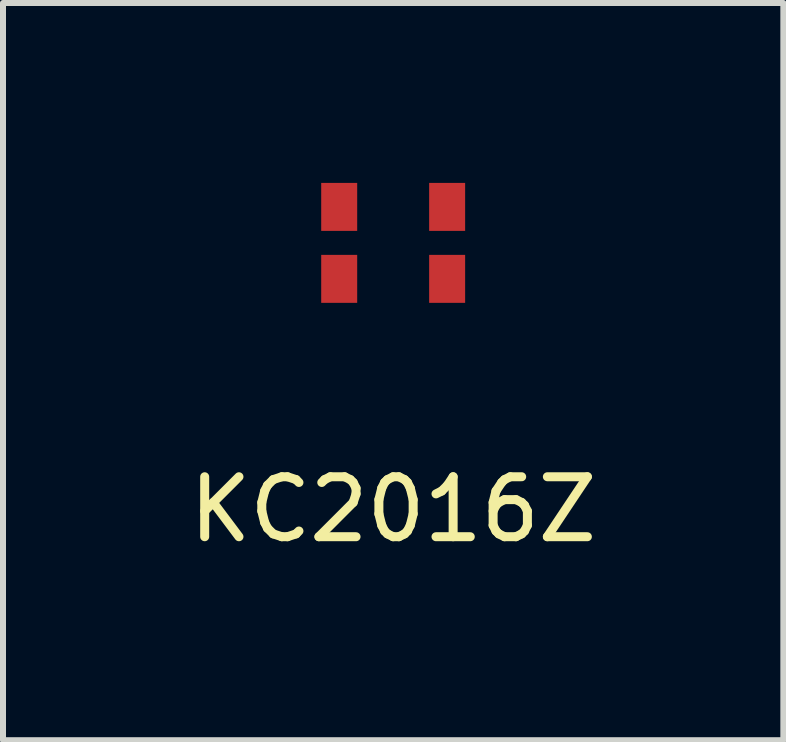
<source format=kicad_pcb>
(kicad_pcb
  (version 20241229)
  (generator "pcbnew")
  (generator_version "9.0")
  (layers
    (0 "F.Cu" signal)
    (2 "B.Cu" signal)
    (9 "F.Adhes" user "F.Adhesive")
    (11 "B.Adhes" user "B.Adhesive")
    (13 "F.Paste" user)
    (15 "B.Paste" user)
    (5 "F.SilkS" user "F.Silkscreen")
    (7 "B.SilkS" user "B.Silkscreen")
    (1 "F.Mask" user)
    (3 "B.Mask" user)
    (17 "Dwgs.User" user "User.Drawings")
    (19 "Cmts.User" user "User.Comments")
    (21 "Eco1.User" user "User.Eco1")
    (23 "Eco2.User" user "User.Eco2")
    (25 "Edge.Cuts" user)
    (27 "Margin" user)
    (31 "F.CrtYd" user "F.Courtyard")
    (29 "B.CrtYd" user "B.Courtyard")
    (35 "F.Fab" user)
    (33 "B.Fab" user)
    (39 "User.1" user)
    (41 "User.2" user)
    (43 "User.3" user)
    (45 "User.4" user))
  (footprint "KC2016Z"
    (layer "F.Cu")
    (at 3.506 1)
    (property "Reference" "KC2016Z" (at 0 4.445 0) (layer "F.SilkS") (effects (font (size 1 1) (thickness 0.15))))
    (attr through_hole)
    (pad "1" smd rect (at 0.9 0.6) (size 0.6 0.8) (layers "F.Cu" "F.Mask" "F.Paste"))
    (pad "2" smd rect (at -0.9 0.6) (size 0.6 0.8) (layers "F.Cu" "F.Mask" "F.Paste"))
    (pad "3" smd rect (at -0.9 -0.6) (size 0.6 0.8) (layers "F.Cu" "F.Mask" "F.Paste"))
    (pad "4" smd rect (at 0.9 -0.6) (size 0.6 0.8) (layers "F.Cu" "F.Mask" "F.Paste")))
  (gr_rect
    (start -3 -3)
    (end 10.012 9.293)
    (stroke (width 0.1) (type default))
    (fill no)
    (layer "Edge.Cuts")))
</source>
